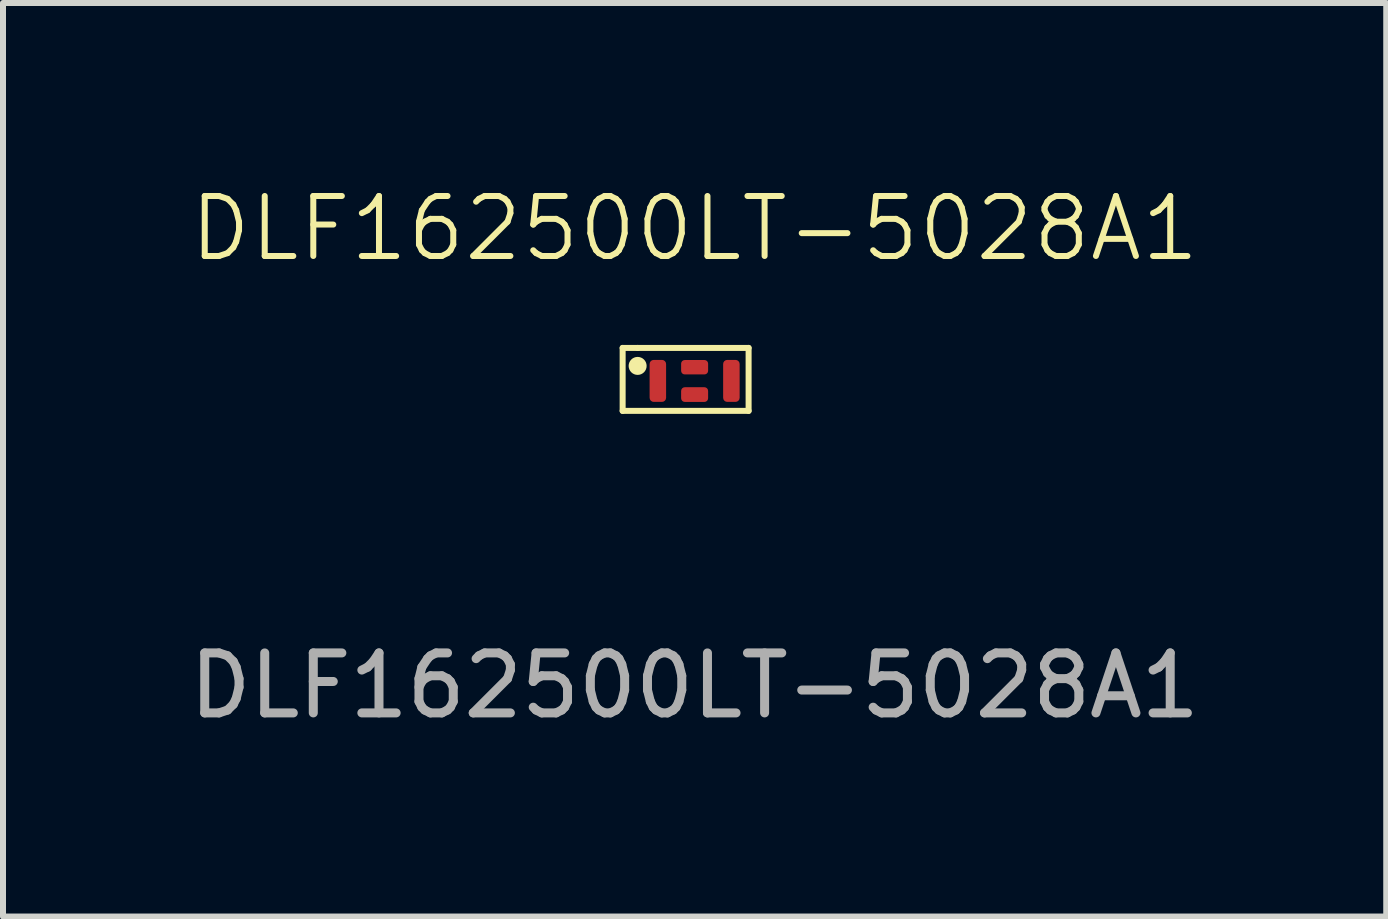
<source format=kicad_pcb>
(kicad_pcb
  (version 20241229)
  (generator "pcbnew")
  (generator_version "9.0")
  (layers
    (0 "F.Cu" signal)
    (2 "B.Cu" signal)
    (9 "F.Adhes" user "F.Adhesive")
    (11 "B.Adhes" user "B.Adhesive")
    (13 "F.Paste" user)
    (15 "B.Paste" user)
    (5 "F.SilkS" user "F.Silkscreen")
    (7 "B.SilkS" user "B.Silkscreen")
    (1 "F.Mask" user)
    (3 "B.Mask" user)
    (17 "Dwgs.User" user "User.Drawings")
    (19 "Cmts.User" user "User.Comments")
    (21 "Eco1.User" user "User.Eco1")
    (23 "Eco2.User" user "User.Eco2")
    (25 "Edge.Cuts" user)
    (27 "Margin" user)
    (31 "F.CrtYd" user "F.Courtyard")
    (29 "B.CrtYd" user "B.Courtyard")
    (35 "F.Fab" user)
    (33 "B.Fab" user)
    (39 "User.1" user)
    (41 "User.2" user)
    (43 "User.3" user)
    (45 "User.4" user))
  (footprint "DLF162500LT-5028A1"
    (layer "F.Cu")
    (at 8.53 3.3)
    (property "Reference" "DLF162500LT-5028A1" (at 0 -2.54 0) (unlocked yes) (layer "F.SilkS") (effects (font (size 1 1) (thickness 0.1))))
    (attr smd)
    (fp_line (start -1.2 -0.55) (end -0.95 -0.55) (stroke (width 0.1) (type default)) (layer "F.SilkS"))
    (fp_line (start -1.2 0.5) (end -1.2 -0.55) (stroke (width 0.1) (type default)) (layer "F.SilkS"))
    (fp_line (start -0.95 -0.55) (end 0.9 -0.55) (stroke (width 0.1) (type default)) (layer "F.SilkS"))
    (fp_line (start 0.9 -0.55) (end 0.9 0.5) (stroke (width 0.1) (type default)) (layer "F.SilkS"))
    (fp_line (start 0.9 0.5) (end -1.2 0.5) (stroke (width 0.1) (type default)) (layer "F.SilkS"))
    (fp_circle (center -0.95 -0.25) (end -0.85 -0.25) (stroke (width 0.1) (type solid)) (fill yes) (layer "F.SilkS"))
    (fp_text user "${REFERENCE}" (at 0 5.08 0) (unlocked yes) (layer "F.Fab") (effects (font (size 1 1) (thickness 0.15))))
    (pad "1" smd roundrect (at -0.613 0) (size 0.275 0.7) (layers "F.Cu" "F.Mask" "F.Paste") (roundrect_rratio 0.25))
    (pad "2" smd roundrect (at 0 -0.228) (size 0.45 0.24) (layers "F.Cu" "F.Mask" "F.Paste") (roundrect_rratio 0.25))
    (pad "3" smd roundrect (at 0.613 0) (size 0.275 0.7) (layers "F.Cu" "F.Mask" "F.Paste") (roundrect_rratio 0.25))
    (pad "4" smd roundrect (at 0 0.228) (size 0.45 0.245) (layers "F.Cu" "F.Mask" "F.Paste") (roundrect_rratio 0.25)))
  (gr_rect
    (start -3 -3)
    (end 20.06 12.229)
    (stroke (width 0.1) (type default))
    (fill no)
    (layer "Edge.Cuts")))
</source>
